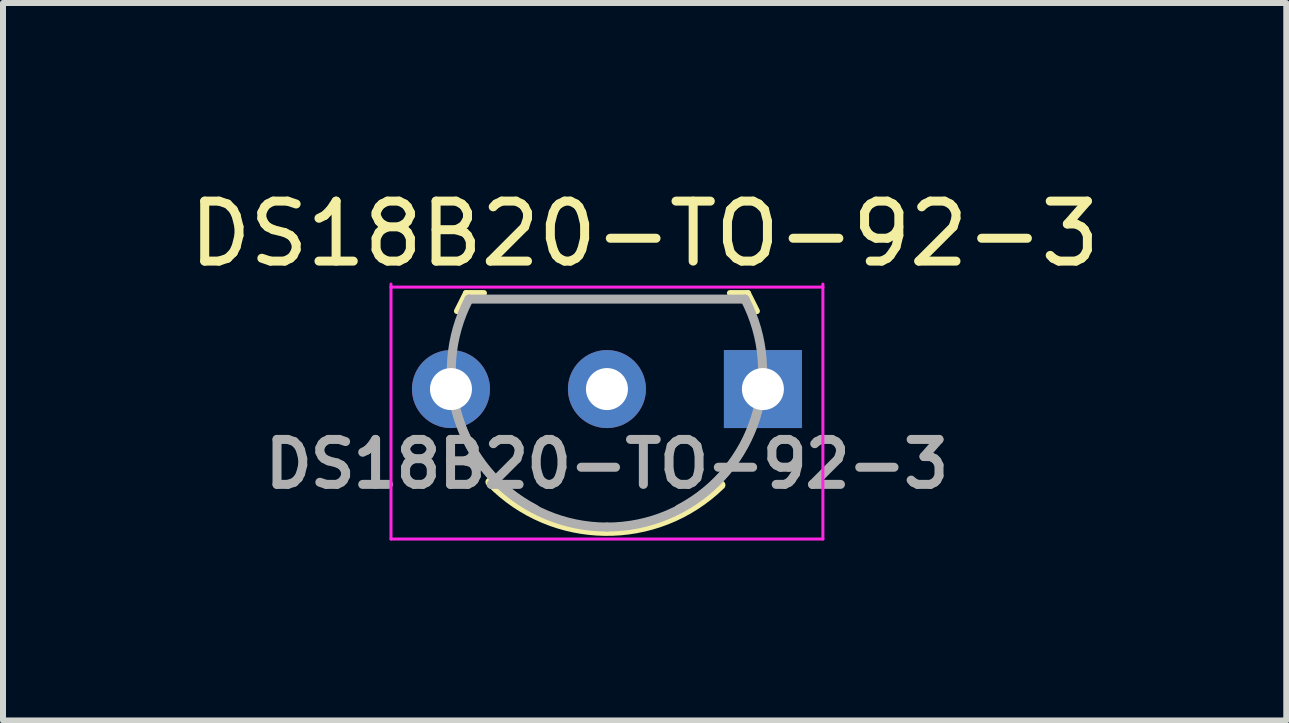
<source format=kicad_pcb>
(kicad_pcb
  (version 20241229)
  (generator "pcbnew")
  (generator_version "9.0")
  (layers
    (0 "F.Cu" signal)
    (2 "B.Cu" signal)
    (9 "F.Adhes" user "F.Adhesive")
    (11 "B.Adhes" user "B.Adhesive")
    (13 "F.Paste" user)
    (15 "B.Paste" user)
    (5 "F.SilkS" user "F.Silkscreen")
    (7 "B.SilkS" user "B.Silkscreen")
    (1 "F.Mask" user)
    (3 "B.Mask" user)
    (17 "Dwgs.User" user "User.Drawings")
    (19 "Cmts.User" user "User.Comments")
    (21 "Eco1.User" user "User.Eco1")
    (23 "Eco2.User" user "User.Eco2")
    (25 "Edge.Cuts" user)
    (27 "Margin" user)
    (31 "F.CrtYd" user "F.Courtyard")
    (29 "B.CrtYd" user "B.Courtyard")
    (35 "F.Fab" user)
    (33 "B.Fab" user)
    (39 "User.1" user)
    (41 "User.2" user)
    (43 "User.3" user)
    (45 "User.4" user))
  (footprint "DS18B20-TO-92-3"
    (layer "F.Cu")
    (at 5.096 4.198)
    (property "Reference" "DS18B20-TO-92-3" (at 2.6 -3.35 0) (layer "F.SilkS") (effects (font (size 1 1) (thickness 0.15))))
    (attr through_hole)
    (fp_line (start -0.378 -2.362) (end -0.528 -2.062) (stroke (width 0.1) (type solid)) (layer "F.SilkS"))
    (fp_line (start -0.378 -2.362) (end -0.078 -2.362) (stroke (width 0.1) (type solid)) (layer "F.SilkS"))
    (fp_line (start 4.022 -2.362) (end 4.322 -2.362) (stroke (width 0.1) (type solid)) (layer "F.SilkS"))
    (fp_line (start 4.322 -2.362) (end 4.472 -2.062) (stroke (width 0.1) (type solid)) (layer "F.SilkS"))
    (fp_arc (start 3.872 0.838) (mid 1.936645 1.610361) (end 0.022 0.788) (stroke (width 0.15) (type solid)) (layer "F.SilkS"))
    (fp_line (start -1.628 -2.512) (end -1.628 1.738) (stroke (width 0.05) (type solid)) (layer "F.CrtYd"))
    (fp_line (start 5.572 -2.512) (end 5.572 1.738) (stroke (width 0.05) (type solid)) (layer "F.CrtYd"))
    (fp_line (start 5.572 -2.462) (end -1.628 -2.462) (stroke (width 0.05) (type solid)) (layer "F.CrtYd"))
    (fp_line (start 5.572 1.738) (end -1.628 1.738) (stroke (width 0.05) (type solid)) (layer "F.CrtYd"))
    (fp_line (start -0.328 -2.262) (end 4.272 -2.262) (stroke (width 0.15) (type solid)) (layer "F.Fab"))
    (fp_arc (start 0.772 1.238) (mid -0.502874 -0.284183) (end -0.328 -2.262) (stroke (width 0.15) (type solid)) (layer "F.Fab"))
    (fp_arc (start 1.972 1.538) (mid 0.133522 0.776478) (end -0.628 -1.062) (stroke (width 0.15) (type solid)) (layer "F.Fab"))
    (fp_arc (start 4.272 -2.262) (mid 4.446874 -0.284183) (end 3.172 1.238) (stroke (width 0.15) (type solid)) (layer "F.Fab"))
    (fp_arc (start 4.572 -1.062) (mid 3.810478 0.776478) (end 1.972 1.538) (stroke (width 0.15) (type solid)) (layer "F.Fab"))
    (fp_text user "${REFERENCE}" (at 1.972 0.488 0) (layer "F.Fab") (effects (font (size 0.75 0.75) (thickness 0.15))))
    (pad "1" thru_hole rect (at 4.572 -0.762) (size 1.3 1.3) (drill 0.7) (layers "*.Cu" "*.Mask"))
    (pad "2" thru_hole circle (at 1.972 -0.762) (size 1.3 1.3) (drill 0.7) (layers "*.Cu" "*.Mask"))
    (pad "3" thru_hole circle (at -0.628 -0.762) (size 1.3 1.3) (drill 0.7) (layers "*.Cu" "*.Mask")))
  (gr_rect
    (start -3 -3)
    (end 18.393 8.961)
    (stroke (width 0.1) (type default))
    (fill no)
    (layer "Edge.Cuts")))
</source>
